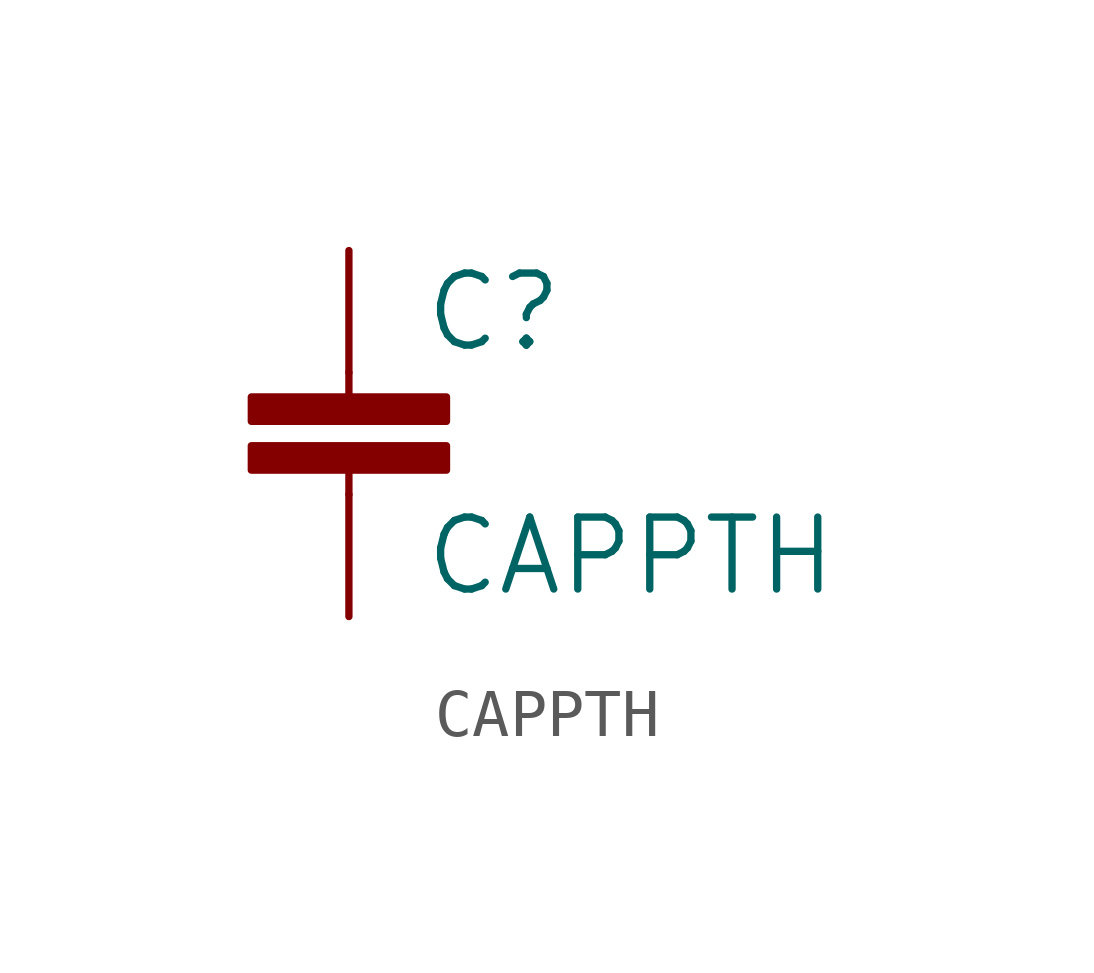
<source format=kicad_sym>
(kicad_symbol_lib
  (version 20211014)
  (generator kicad_symbol_editor)
  (symbol "CAPPTH"
    (pin_names
      (offset 1.016))
    (property "Reference" "C"
      (at 1.524 2.921 0)
      (effects (font (size 1.499 1.499)) (justify left bottom)))
    (property "Value" "CAPPTH"
      (at 1.524 -2.159 0)
      (effects (font (size 1.499 1.499)) (justify left bottom)))
    (property "ki_locked" ""
      (at 0 0 0)
      (effects (font (size 1.27 1.27))))
    (symbol "CAPPTH_1_0"
      (rectangle (start -2.032 0.508) (end 2.032 1.016) (stroke (width 0) (type default) (color 0 0 0 0)) (fill (type outline)))
      (rectangle (start -2.032 1.524) (end 2.032 2.032) (stroke (width 0) (type default) (color 0 0 0 0)) (fill (type outline)))
      (polyline (pts (xy 0 0) (xy 0 0.508)) (stroke (width 0) (type default) (color 0 0 0 0)) (fill (type none)))
      (polyline (pts (xy 0 2.54) (xy 0 2.032)) (stroke (width 0) (type default) (color 0 0 0 0)) (fill (type none)))
      (pin passive line (at 0 5.08 270) (length 2.54) (name "1" (effects (font (size 0 0)))) (number "1" (effects (font (size 0 0)))))
      (pin passive line (at 0 -2.54 90) (length 2.54) (name "2" (effects (font (size 0 0)))) (number "2" (effects (font (size 0 0))))))))
</source>
